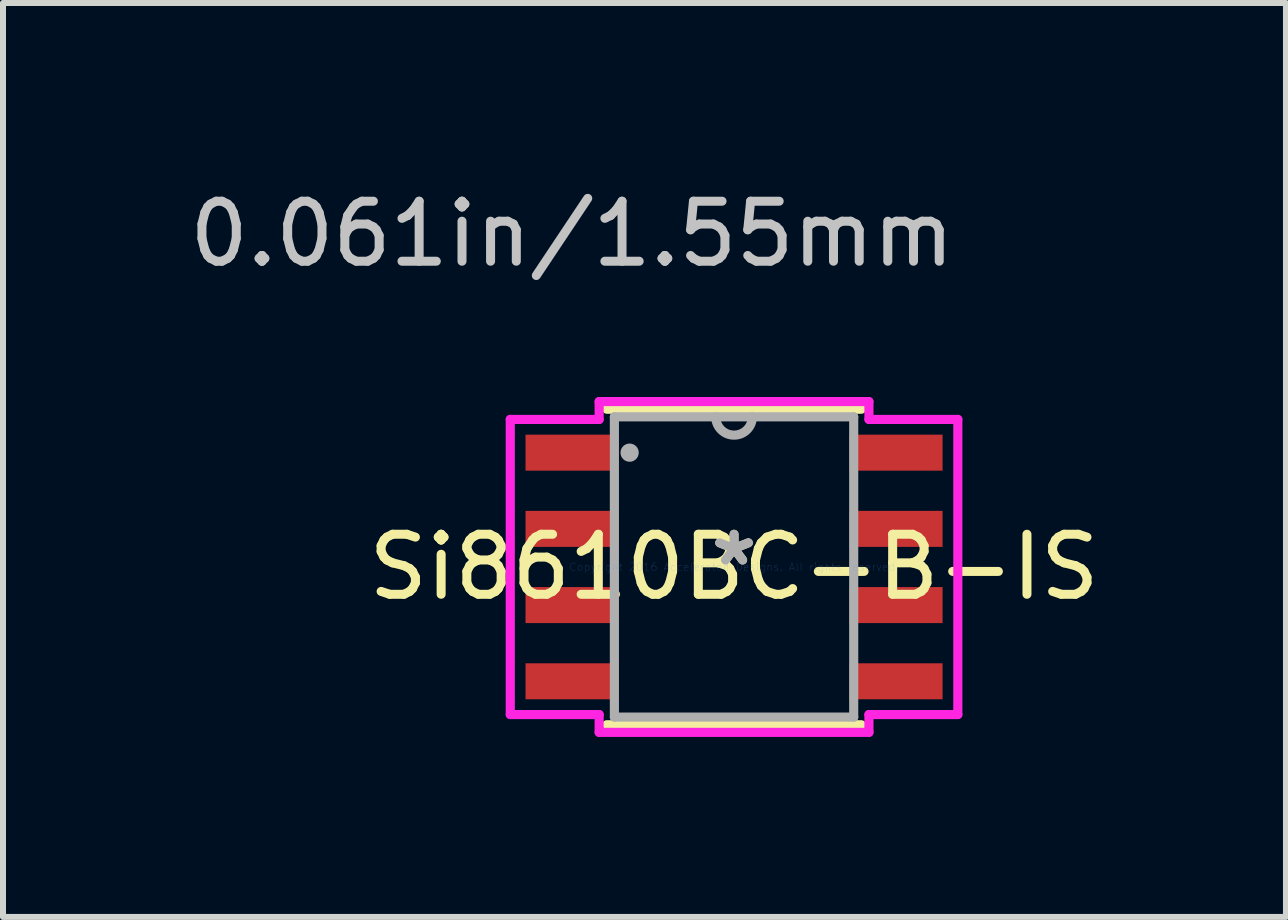
<source format=kicad_pcb>
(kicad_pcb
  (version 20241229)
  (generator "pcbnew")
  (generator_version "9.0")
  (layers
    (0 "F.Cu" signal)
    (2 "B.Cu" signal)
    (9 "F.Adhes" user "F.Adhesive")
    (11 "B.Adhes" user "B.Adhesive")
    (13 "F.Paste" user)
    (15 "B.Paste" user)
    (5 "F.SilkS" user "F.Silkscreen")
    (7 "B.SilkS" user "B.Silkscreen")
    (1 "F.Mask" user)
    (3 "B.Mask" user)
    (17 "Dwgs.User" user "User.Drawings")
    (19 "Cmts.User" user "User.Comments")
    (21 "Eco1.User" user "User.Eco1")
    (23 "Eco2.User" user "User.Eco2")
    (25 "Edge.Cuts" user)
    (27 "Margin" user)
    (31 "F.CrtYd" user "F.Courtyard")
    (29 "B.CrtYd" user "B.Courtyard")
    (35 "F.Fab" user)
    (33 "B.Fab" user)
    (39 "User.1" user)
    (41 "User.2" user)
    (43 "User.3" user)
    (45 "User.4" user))
  (footprint "Si8610BC-B-IS"
    (layer "F.Cu")
    (at 9.182 6.398)
    (property "Reference" "Si8610BC-B-IS" (at 0 0 0) (layer "F.SilkS") (effects (font (size 1 1) (thickness 0.15))))
    (attr through_hole)
    (fp_line (start -2.121 2.629) (end 2.121 2.629) (stroke (width 0.152) (type solid)) (layer "F.SilkS"))
    (fp_line (start 2.121 -2.629) (end -2.121 -2.629) (stroke (width 0.152) (type solid)) (layer "F.SilkS"))
    (fp_line (start -3.729 -2.459) (end -2.248 -2.459) (stroke (width 0.152) (type solid)) (layer "F.CrtYd"))
    (fp_line (start -3.729 2.459) (end -3.729 -2.459) (stroke (width 0.152) (type solid)) (layer "F.CrtYd"))
    (fp_line (start -2.248 -2.756) (end 2.248 -2.756) (stroke (width 0.152) (type solid)) (layer "F.CrtYd"))
    (fp_line (start -2.248 -2.459) (end -2.248 -2.756) (stroke (width 0.152) (type solid)) (layer "F.CrtYd"))
    (fp_line (start -2.248 2.459) (end -3.729 2.459) (stroke (width 0.152) (type solid)) (layer "F.CrtYd"))
    (fp_line (start -2.248 2.756) (end -2.248 2.459) (stroke (width 0.152) (type solid)) (layer "F.CrtYd"))
    (fp_line (start 2.248 -2.756) (end 2.248 -2.459) (stroke (width 0.152) (type solid)) (layer "F.CrtYd"))
    (fp_line (start 2.248 -2.459) (end 3.729 -2.459) (stroke (width 0.152) (type solid)) (layer "F.CrtYd"))
    (fp_line (start 2.248 2.459) (end 2.248 2.756) (stroke (width 0.152) (type solid)) (layer "F.CrtYd"))
    (fp_line (start 2.248 2.756) (end -2.248 2.756) (stroke (width 0.152) (type solid)) (layer "F.CrtYd"))
    (fp_line (start 3.729 -2.459) (end 3.729 2.459) (stroke (width 0.152) (type solid)) (layer "F.CrtYd"))
    (fp_line (start 3.729 2.459) (end 2.248 2.459) (stroke (width 0.152) (type solid)) (layer "F.CrtYd"))
    (fp_line (start -1.994 -2.502) (end -1.994 2.502) (stroke (width 0.152) (type solid)) (layer "F.Fab"))
    (fp_line (start -1.994 2.502) (end 1.994 2.502) (stroke (width 0.152) (type solid)) (layer "F.Fab"))
    (fp_line (start 1.994 -2.502) (end -1.994 -2.502) (stroke (width 0.152) (type solid)) (layer "F.Fab"))
    (fp_line (start 1.994 2.502) (end 1.994 -2.502) (stroke (width 0.152) (type solid)) (layer "F.Fab"))
    (fp_arc (start 0.3048 -2.5019) (mid 0 -2.1971) (end -0.3048 -2.5019) (stroke (width 0.1524) (type solid)) (layer "F.Fab"))
    (fp_circle (center -1.74 -1.905) (end -1.74 -1.905) (stroke (width 0.152) (type solid)) (fill no) (layer "F.Fab"))
    (fp_text user "*" (at 0 0 0) (layer "F.SilkS") (effects (font (size 1 1) (thickness 0.15))))
    (fp_text user "0.061in/1.55mm" (at -2.7 -5.55 0) (layer "Dwgs.User") (effects (font (size 1 1) (thickness 0.15))))
    (fp_text user "Copyright 2016 Accelerated Designs. All rights reserved." (at 0 0 0) (layer "Cmts.User") (effects (font (size 0.127 0.127) (thickness 0.002))))
    (fp_text user "*" (at 0 0 0) (layer "F.Fab") (effects (font (size 1 1) (thickness 0.15))))
    (pad "1" smd rect (at -2.7 -1.905) (size 1.55 0.6) (layers "F.Cu" "F.Mask" "F.Paste"))
    (pad "2" smd rect (at -2.7 -0.635) (size 1.55 0.6) (layers "F.Cu" "F.Mask" "F.Paste"))
    (pad "3" smd rect (at -2.7 0.635) (size 1.55 0.6) (layers "F.Cu" "F.Mask" "F.Paste"))
    (pad "4" smd rect (at -2.7 1.905) (size 1.55 0.6) (layers "F.Cu" "F.Mask" "F.Paste"))
    (pad "5" smd rect (at 2.7 1.905) (size 1.55 0.6) (layers "F.Cu" "F.Mask" "F.Paste"))
    (pad "6" smd rect (at 2.7 0.635) (size 1.55 0.6) (layers "F.Cu" "F.Mask" "F.Paste"))
    (pad "7" smd rect (at 2.7 -0.635) (size 1.55 0.6) (layers "F.Cu" "F.Mask" "F.Paste"))
    (pad "8" smd rect (at 2.7 -1.905) (size 1.55 0.6) (layers "F.Cu" "F.Mask" "F.Paste")))
  (gr_rect
    (start -3 -3)
    (end 18.379 12.23)
    (stroke (width 0.1) (type default))
    (fill no)
    (layer "Edge.Cuts")))
</source>
